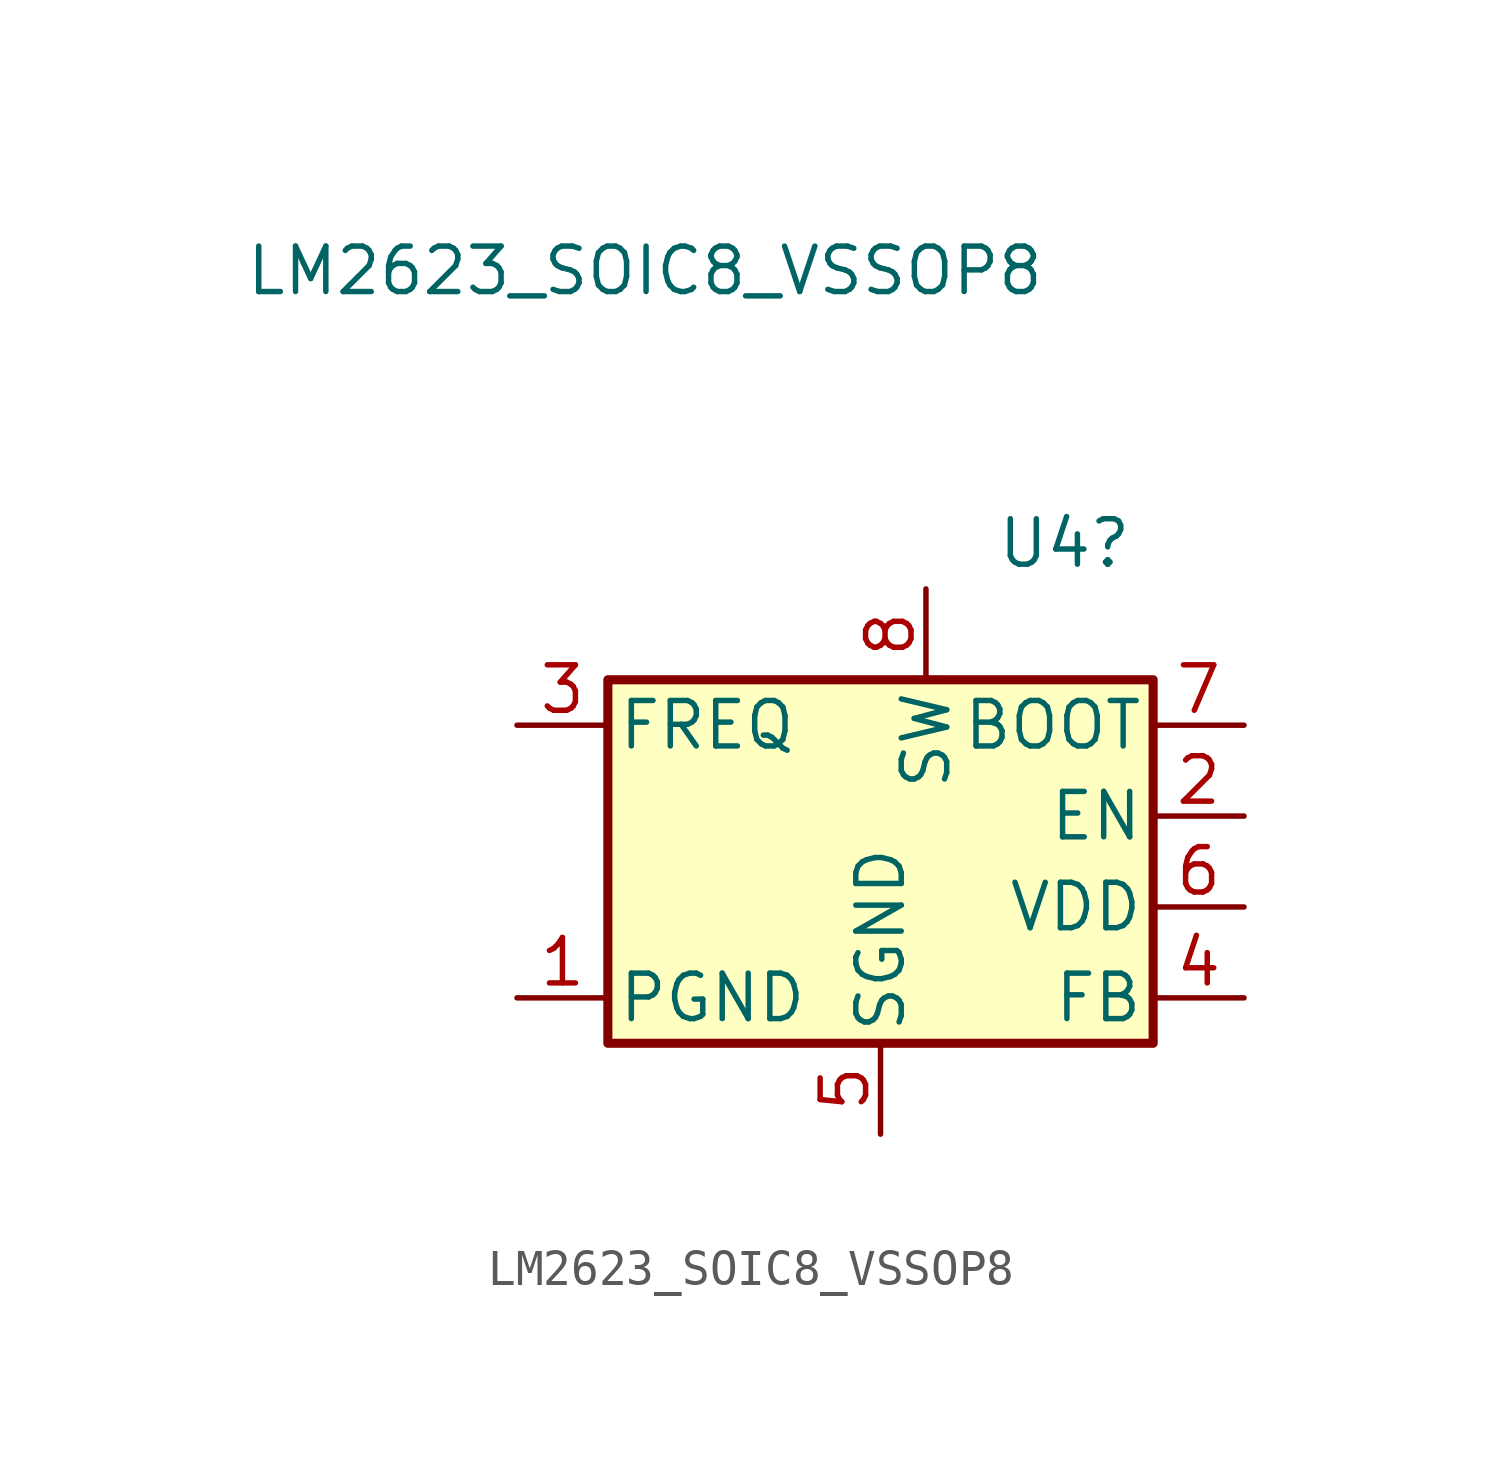
<source format=kicad_sym>
(kicad_symbol_lib
  (version 20220328)
  (generator kicad_symbol_editor)
  (symbol "LM2623_SOIC8_VSSOP8"
    (pin_names
      (offset 0.254))
    (property "Reference" "U4"
      (at 3.226 8.89 0)
      (effects (font (size 1.27 1.27)) (justify left)))
    (property "Value" "LM2623_SOIC8_VSSOP8"
      (at -17.78 16.51 0)
      (effects (font (size 1.27 1.27)) (justify left)))
    (symbol "LM2623_SOIC8_VSSOP8_0_1"
      (rectangle (start -7.62 5.08) (end 7.62 -5.08) (stroke (width 0.254) (type default)) (fill (type background))))
    (symbol "LM2623_SOIC8_VSSOP8_1_1"
      (pin passive line (at -10.16 -3.81 0) (length 2.54) (name "PGND" (effects (font (size 1.27 1.27)))) (number "1" (effects (font (size 1.27 1.27)))))
      (pin passive line (at 10.16 1.27 180) (length 2.54) (name "EN" (effects (font (size 1.27 1.27)))) (number "2" (effects (font (size 1.27 1.27)))))
      (pin power_in line (at -10.16 3.81 0) (length 2.54) (name "FREQ" (effects (font (size 1.27 1.27)))) (number "3" (effects (font (size 1.27 1.27)))))
      (pin power_in line (at 10.16 -3.81 180) (length 2.54) (name "FB" (effects (font (size 1.27 1.27)))) (number "4" (effects (font (size 1.27 1.27)))))
      (pin power_out line (at 0 -7.62 90) (length 2.54) (name "SGND" (effects (font (size 1.27 1.27)))) (number "5" (effects (font (size 1.27 1.27)))))
      (pin input line (at 10.16 -1.27 180) (length 2.54) (name "VDD" (effects (font (size 1.27 1.27)))) (number "6" (effects (font (size 1.27 1.27)))))
      (pin output line (at 10.16 3.81 180) (length 2.54) (name "BOOT" (effects (font (size 1.27 1.27)))) (number "7" (effects (font (size 1.27 1.27)))))
      (pin input line (at 1.27 7.62 270) (length 2.54) (name "SW" (effects (font (size 1.27 1.27)))) (number "8" (effects (font (size 1.27 1.27))))))))
</source>
